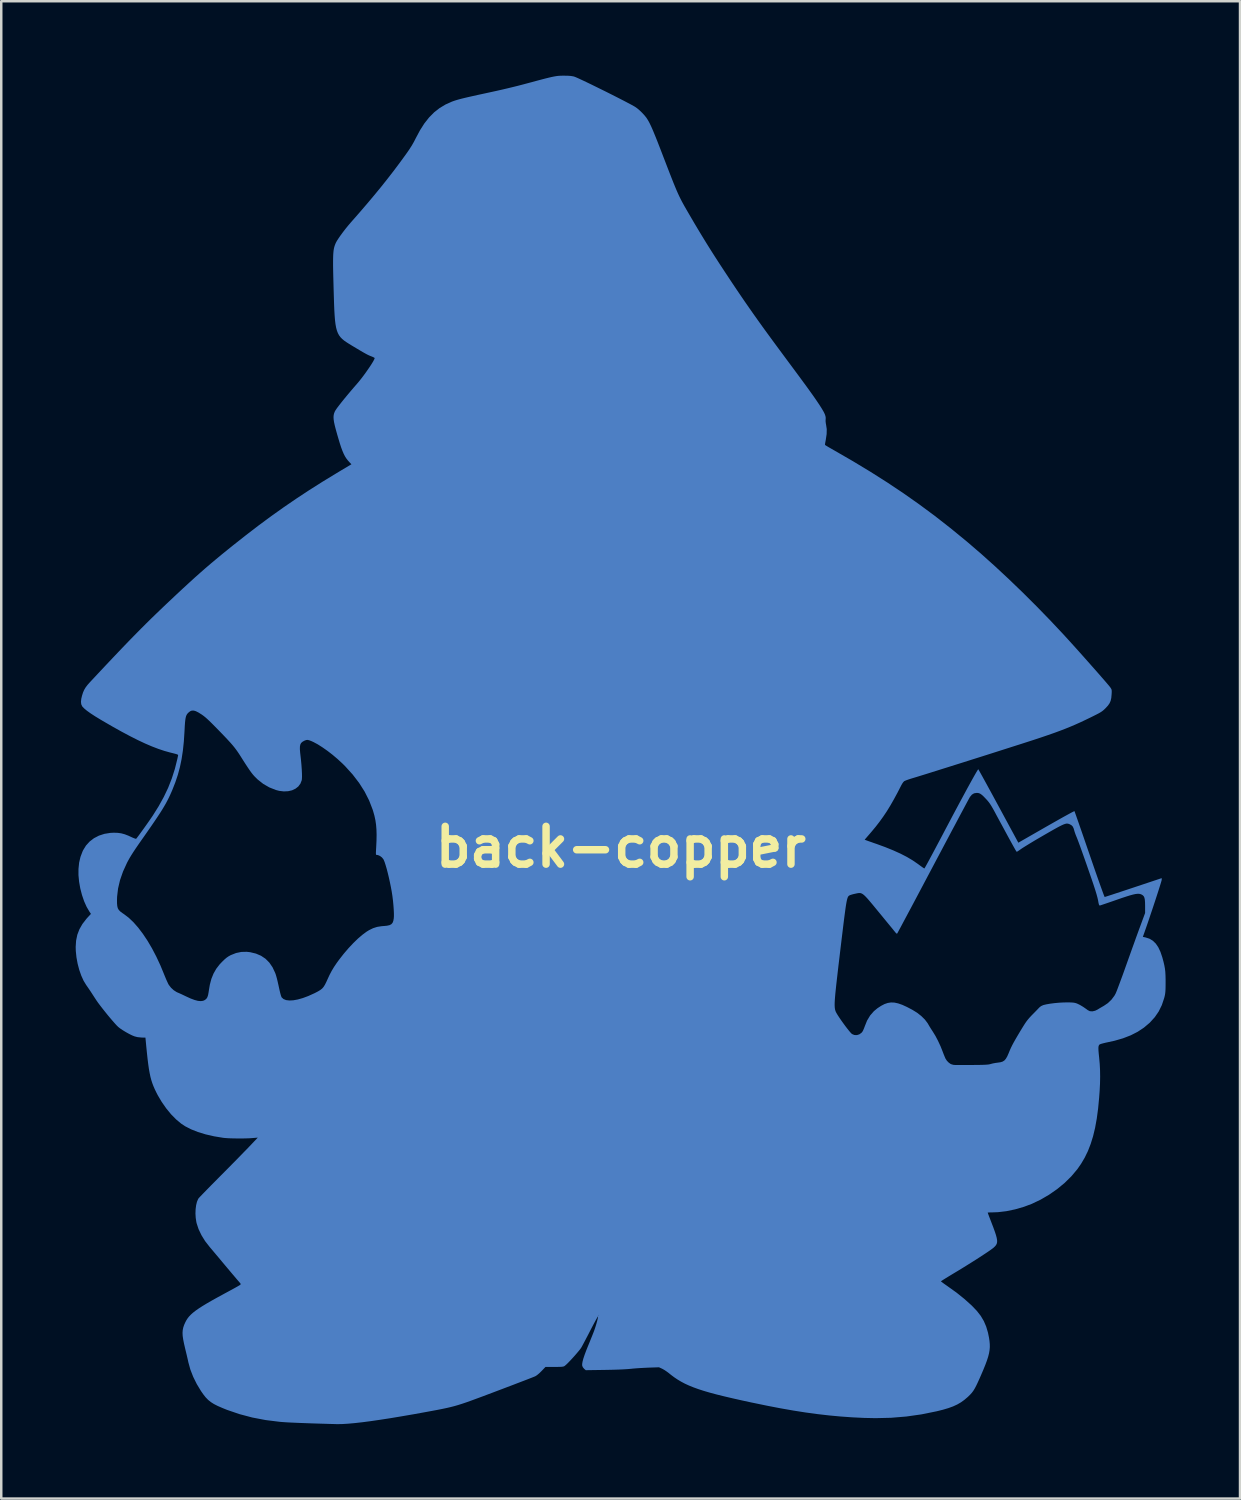
<source format=kicad_pcb>
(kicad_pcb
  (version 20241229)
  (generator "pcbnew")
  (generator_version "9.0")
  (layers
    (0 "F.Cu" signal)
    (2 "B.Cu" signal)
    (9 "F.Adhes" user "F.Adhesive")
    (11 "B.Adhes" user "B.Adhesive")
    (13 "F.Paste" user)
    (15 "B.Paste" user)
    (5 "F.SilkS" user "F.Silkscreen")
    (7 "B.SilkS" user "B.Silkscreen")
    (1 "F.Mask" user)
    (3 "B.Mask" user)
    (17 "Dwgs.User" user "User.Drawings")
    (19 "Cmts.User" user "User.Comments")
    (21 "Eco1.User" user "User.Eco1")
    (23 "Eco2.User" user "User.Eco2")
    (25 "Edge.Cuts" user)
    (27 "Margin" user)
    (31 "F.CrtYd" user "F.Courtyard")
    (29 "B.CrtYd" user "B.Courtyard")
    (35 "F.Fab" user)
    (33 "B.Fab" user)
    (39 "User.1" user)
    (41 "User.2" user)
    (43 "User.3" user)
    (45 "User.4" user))
  (footprint "back-copper"
    (layer "F.Cu")
    (at 21.968 31.086)
    (property "Reference" "back-copper" (at 0 0 0) (layer "F.SilkS") (effects (font (size 1.524 1.524) (thickness 0.3))))
    (attr board_only exclude_from_pos_files exclude_from_bom)
    (fp_poly (pts (xy -2.14 -31.084) (xy -2.015 -31.075) (xy -1.913 -31.058) (xy -1.885 -31.051) (xy -1.838 -31.034) (xy -1.757 -31) (xy -1.648 -30.95) (xy -1.513 -30.887) (xy -1.357 -30.813) (xy -1.185 -30.73) (xy -1 -30.639) (xy -0.807 -30.544) (xy -0.61 -30.447) (xy -0.413 -30.348) (xy -0.221 -30.251) (xy -0.037 -30.157) (xy 0.134 -30.069) (xy 0.288 -29.988) (xy 0.421 -29.918) (xy 0.528 -29.858) (xy 0.571 -29.834) (xy 0.657 -29.774) (xy 0.757 -29.689) (xy 0.86 -29.59) (xy 0.955 -29.487) (xy 1.033 -29.39) (xy 1.043 -29.374) (xy 1.083 -29.312) (xy 1.124 -29.242) (xy 1.167 -29.16) (xy 1.214 -29.062) (xy 1.267 -28.945) (xy 1.326 -28.806) (xy 1.393 -28.642) (xy 1.471 -28.448) (xy 1.559 -28.222) (xy 1.66 -27.961) (xy 1.683 -27.9) (xy 1.797 -27.605) (xy 1.897 -27.345) (xy 1.985 -27.118) (xy 2.063 -26.92) (xy 2.132 -26.746) (xy 2.195 -26.593) (xy 2.252 -26.457) (xy 2.306 -26.335) (xy 2.358 -26.223) (xy 2.41 -26.118) (xy 2.463 -26.014) (xy 2.52 -25.91) (xy 2.581 -25.8) (xy 2.649 -25.682) (xy 2.725 -25.552) (xy 2.766 -25.481) (xy 2.949 -25.168) (xy 3.122 -24.877) (xy 3.289 -24.601) (xy 3.454 -24.332) (xy 3.621 -24.065) (xy 3.794 -23.793) (xy 3.977 -23.51) (xy 4.175 -23.208) (xy 4.391 -22.881) (xy 4.498 -22.72) (xy 4.669 -22.465) (xy 4.835 -22.22) (xy 4.999 -21.98) (xy 5.165 -21.741) (xy 5.334 -21.499) (xy 5.51 -21.251) (xy 5.696 -20.991) (xy 5.895 -20.717) (xy 6.109 -20.424) (xy 6.342 -20.108) (xy 6.596 -19.765) (xy 6.767 -19.534) (xy 6.958 -19.277) (xy 7.125 -19.051) (xy 7.271 -18.853) (xy 7.399 -18.679) (xy 7.511 -18.526) (xy 7.608 -18.391) (xy 7.694 -18.271) (xy 7.771 -18.163) (xy 7.841 -18.062) (xy 7.906 -17.967) (xy 7.968 -17.874) (xy 8.009 -17.813) (xy 8.102 -17.666) (xy 8.172 -17.547) (xy 8.22 -17.449) (xy 8.248 -17.367) (xy 8.259 -17.295) (xy 8.255 -17.228) (xy 8.255 -17.228) (xy 8.253 -17.163) (xy 8.262 -17.079) (xy 8.273 -17.022) (xy 8.3 -16.842) (xy 8.296 -16.645) (xy 8.263 -16.424) (xy 8.263 -16.42) (xy 8.246 -16.332) (xy 8.234 -16.261) (xy 8.23 -16.215) (xy 8.231 -16.205) (xy 8.252 -16.19) (xy 8.303 -16.158) (xy 8.381 -16.112) (xy 8.478 -16.056) (xy 8.589 -15.992) (xy 8.606 -15.983) (xy 9.352 -15.552) (xy 10.062 -15.123) (xy 10.741 -14.692) (xy 11.397 -14.254) (xy 12.034 -13.805) (xy 12.659 -13.342) (xy 13.277 -12.859) (xy 13.895 -12.354) (xy 14.013 -12.255) (xy 14.543 -11.798) (xy 15.087 -11.31) (xy 15.639 -10.796) (xy 16.195 -10.261) (xy 16.748 -9.71) (xy 17.292 -9.15) (xy 17.823 -8.586) (xy 18.181 -8.193) (xy 18.342 -8.015) (xy 18.505 -7.833) (xy 18.669 -7.649) (xy 18.83 -7.467) (xy 18.986 -7.291) (xy 19.135 -7.123) (xy 19.273 -6.966) (xy 19.397 -6.823) (xy 19.506 -6.698) (xy 19.596 -6.593) (xy 19.664 -6.513) (xy 19.708 -6.459) (xy 19.72 -6.444) (xy 19.753 -6.395) (xy 19.774 -6.356) (xy 19.783 -6.315) (xy 19.785 -6.258) (xy 19.781 -6.173) (xy 19.78 -6.154) (xy 19.767 -6.009) (xy 19.741 -5.893) (xy 19.698 -5.795) (xy 19.633 -5.701) (xy 19.539 -5.599) (xy 19.539 -5.599) (xy 19.488 -5.549) (xy 19.441 -5.507) (xy 19.393 -5.47) (xy 19.336 -5.432) (xy 19.265 -5.391) (xy 19.173 -5.343) (xy 19.054 -5.283) (xy 18.935 -5.224) (xy 18.721 -5.121) (xy 18.518 -5.025) (xy 18.319 -4.936) (xy 18.12 -4.851) (xy 17.916 -4.768) (xy 17.702 -4.686) (xy 17.471 -4.601) (xy 17.22 -4.513) (xy 16.944 -4.419) (xy 16.636 -4.317) (xy 16.333 -4.219) (xy 16.1 -4.144) (xy 15.848 -4.064) (xy 15.579 -3.978) (xy 15.297 -3.888) (xy 15.006 -3.795) (xy 14.708 -3.7) (xy 14.407 -3.605) (xy 14.107 -3.51) (xy 13.81 -3.416) (xy 13.521 -3.325) (xy 13.242 -3.237) (xy 12.977 -3.154) (xy 12.73 -3.076) (xy 12.503 -3.005) (xy 12.299 -2.941) (xy 12.124 -2.887) (xy 11.979 -2.842) (xy 11.868 -2.808) (xy 11.801 -2.788) (xy 11.685 -2.753) (xy 11.58 -2.718) (xy 11.495 -2.687) (xy 11.437 -2.662) (xy 11.42 -2.653) (xy 11.381 -2.612) (xy 11.337 -2.548) (xy 11.309 -2.498) (xy 11.15 -2.189) (xy 11.001 -1.914) (xy 10.859 -1.666) (xy 10.719 -1.438) (xy 10.576 -1.225) (xy 10.428 -1.02) (xy 10.27 -0.816) (xy 10.097 -0.608) (xy 10.043 -0.545) (xy 9.828 -0.296) (xy 9.887 -0.273) (xy 9.926 -0.259) (xy 9.997 -0.233) (xy 10.093 -0.2) (xy 10.204 -0.16) (xy 10.296 -0.129) (xy 10.657 0.003) (xy 10.98 0.134) (xy 11.27 0.265) (xy 11.53 0.399) (xy 11.764 0.538) (xy 11.978 0.685) (xy 12.018 0.715) (xy 12.099 0.774) (xy 12.166 0.822) (xy 12.213 0.853) (xy 12.235 0.864) (xy 12.235 0.864) (xy 12.252 0.838) (xy 12.287 0.777) (xy 12.34 0.681) (xy 12.41 0.553) (xy 12.496 0.393) (xy 12.597 0.205) (xy 12.712 -0.012) (xy 12.841 -0.254) (xy 12.982 -0.521) (xy 13.081 -0.71) (xy 13.248 -1.025) (xy 13.407 -1.326) (xy 13.559 -1.61) (xy 13.702 -1.877) (xy 13.835 -2.123) (xy 13.956 -2.348) (xy 14.066 -2.548) (xy 14.162 -2.722) (xy 14.244 -2.868) (xy 14.311 -2.985) (xy 14.361 -3.069) (xy 14.393 -3.12) (xy 14.407 -3.135) (xy 14.419 -3.117) (xy 14.449 -3.064) (xy 14.496 -2.98) (xy 14.559 -2.867) (xy 14.636 -2.727) (xy 14.725 -2.565) (xy 14.825 -2.382) (xy 14.935 -2.181) (xy 15.052 -1.965) (xy 15.175 -1.738) (xy 15.22 -1.655) (xy 16.021 -0.175) (xy 17.144 -0.819) (xy 17.344 -0.933) (xy 17.533 -1.04) (xy 17.708 -1.139) (xy 17.865 -1.227) (xy 18.002 -1.302) (xy 18.116 -1.364) (xy 18.202 -1.41) (xy 18.259 -1.438) (xy 18.282 -1.447) (xy 18.283 -1.447) (xy 18.292 -1.425) (xy 18.313 -1.365) (xy 18.346 -1.272) (xy 18.39 -1.147) (xy 18.444 -0.994) (xy 18.506 -0.815) (xy 18.576 -0.614) (xy 18.652 -0.394) (xy 18.734 -0.156) (xy 18.82 0.095) (xy 18.888 0.291) (xy 18.977 0.55) (xy 19.062 0.797) (xy 19.143 1.03) (xy 19.218 1.244) (xy 19.287 1.439) (xy 19.348 1.61) (xy 19.4 1.754) (xy 19.442 1.87) (xy 19.474 1.953) (xy 19.494 2.001) (xy 19.5 2.013) (xy 19.524 2.006) (xy 19.584 1.987) (xy 19.677 1.957) (xy 19.799 1.918) (xy 19.946 1.869) (xy 20.116 1.813) (xy 20.304 1.751) (xy 20.506 1.684) (xy 20.66 1.633) (xy 21.799 1.253) (xy 21.799 1.323) (xy 21.792 1.353) (xy 21.773 1.42) (xy 21.743 1.518) (xy 21.704 1.643) (xy 21.657 1.791) (xy 21.603 1.957) (xy 21.544 2.138) (xy 21.481 2.329) (xy 21.416 2.525) (xy 21.349 2.722) (xy 21.284 2.917) (xy 21.22 3.104) (xy 21.159 3.28) (xy 21.103 3.44) (xy 21.082 3.499) (xy 21.039 3.62) (xy 21.147 3.643) (xy 21.303 3.693) (xy 21.439 3.774) (xy 21.558 3.888) (xy 21.66 4.037) (xy 21.748 4.223) (xy 21.824 4.447) (xy 21.827 4.459) (xy 21.872 4.625) (xy 21.905 4.768) (xy 21.929 4.898) (xy 21.944 5.029) (xy 21.952 5.172) (xy 21.956 5.338) (xy 21.956 5.455) (xy 21.955 5.604) (xy 21.953 5.72) (xy 21.948 5.811) (xy 21.941 5.885) (xy 21.931 5.952) (xy 21.916 6.021) (xy 21.898 6.09) (xy 21.804 6.37) (xy 21.68 6.623) (xy 21.521 6.855) (xy 21.325 7.071) (xy 21.306 7.089) (xy 21.08 7.28) (xy 20.83 7.445) (xy 20.552 7.587) (xy 20.243 7.707) (xy 19.901 7.806) (xy 19.66 7.859) (xy 19.544 7.884) (xy 19.441 7.909) (xy 19.36 7.931) (xy 19.309 7.95) (xy 19.296 7.957) (xy 19.274 7.982) (xy 19.259 8.013) (xy 19.25 8.057) (xy 19.248 8.12) (xy 19.251 8.206) (xy 19.261 8.323) (xy 19.277 8.476) (xy 19.278 8.484) (xy 19.301 8.739) (xy 19.314 8.991) (xy 19.318 9.25) (xy 19.313 9.526) (xy 19.298 9.826) (xy 19.278 10.097) (xy 19.236 10.539) (xy 19.182 10.943) (xy 19.115 11.313) (xy 19.034 11.652) (xy 18.937 11.964) (xy 18.825 12.252) (xy 18.695 12.52) (xy 18.547 12.77) (xy 18.398 12.984) (xy 18.16 13.267) (xy 17.887 13.536) (xy 17.585 13.785) (xy 17.259 14.012) (xy 16.916 14.212) (xy 16.561 14.381) (xy 16.248 14.498) (xy 15.889 14.602) (xy 15.538 14.675) (xy 15.202 14.715) (xy 14.983 14.723) (xy 14.898 14.724) (xy 14.831 14.727) (xy 14.793 14.73) (xy 14.787 14.733) (xy 14.794 14.755) (xy 14.814 14.81) (xy 14.845 14.892) (xy 14.884 14.994) (xy 14.93 15.112) (xy 14.932 15.119) (xy 15.011 15.324) (xy 15.073 15.495) (xy 15.119 15.635) (xy 15.149 15.749) (xy 15.165 15.842) (xy 15.166 15.919) (xy 15.152 15.982) (xy 15.125 16.037) (xy 15.084 16.088) (xy 15.03 16.14) (xy 15.026 16.144) (xy 14.971 16.187) (xy 14.884 16.25) (xy 14.769 16.329) (xy 14.63 16.421) (xy 14.473 16.524) (xy 14.301 16.635) (xy 14.118 16.75) (xy 13.929 16.868) (xy 13.739 16.986) (xy 13.551 17.1) (xy 13.487 17.138) (xy 13.346 17.223) (xy 13.216 17.302) (xy 13.103 17.371) (xy 13.012 17.428) (xy 12.945 17.471) (xy 12.908 17.496) (xy 12.902 17.501) (xy 12.918 17.517) (xy 12.964 17.552) (xy 13.033 17.603) (xy 13.12 17.664) (xy 13.188 17.712) (xy 13.534 17.96) (xy 13.845 18.21) (xy 14.129 18.465) (xy 14.158 18.493) (xy 14.35 18.694) (xy 14.506 18.894) (xy 14.629 19.101) (xy 14.725 19.324) (xy 14.798 19.571) (xy 14.839 19.773) (xy 14.859 19.905) (xy 14.87 20.029) (xy 14.872 20.149) (xy 14.862 20.271) (xy 14.841 20.398) (xy 14.806 20.536) (xy 14.757 20.69) (xy 14.692 20.865) (xy 14.611 21.065) (xy 14.512 21.296) (xy 14.458 21.419) (xy 14.382 21.586) (xy 14.318 21.72) (xy 14.26 21.828) (xy 14.204 21.918) (xy 14.145 21.996) (xy 14.079 22.069) (xy 14.002 22.145) (xy 13.985 22.161) (xy 13.849 22.277) (xy 13.709 22.378) (xy 13.559 22.465) (xy 13.392 22.542) (xy 13.202 22.611) (xy 12.983 22.676) (xy 12.731 22.739) (xy 12.12 22.863) (xy 11.51 22.95) (xy 10.893 23.001) (xy 10.263 23.016) (xy 9.801 23.006) (xy 9.329 22.983) (xy 8.864 22.95) (xy 8.4 22.907) (xy 7.931 22.853) (xy 7.451 22.788) (xy 6.955 22.71) (xy 6.437 22.619) (xy 5.892 22.514) (xy 5.313 22.394) (xy 5.285 22.389) (xy 4.875 22.3) (xy 4.503 22.216) (xy 4.167 22.137) (xy 3.864 22.062) (xy 3.591 21.989) (xy 3.346 21.917) (xy 3.126 21.846) (xy 2.927 21.774) (xy 2.747 21.701) (xy 2.582 21.625) (xy 2.431 21.545) (xy 2.29 21.461) (xy 2.156 21.371) (xy 2.026 21.274) (xy 1.938 21.203) (xy 1.853 21.139) (xy 1.761 21.077) (xy 1.68 21.031) (xy 1.664 21.023) (xy 1.539 20.966) (xy 1.124 20.98) (xy 0.968 20.987) (xy 0.8 20.996) (xy 0.635 21.007) (xy 0.487 21.019) (xy 0.403 21.028) (xy 0.276 21.039) (xy 0.113 21.049) (xy -0.083 21.058) (xy -0.305 21.065) (xy -0.549 21.07) (xy -0.658 21.072) (xy -1.411 21.083) (xy -1.476 21.028) (xy -1.528 20.966) (xy -1.555 20.903) (xy -1.557 20.835) (xy -1.542 20.741) (xy -1.51 20.619) (xy -1.459 20.466) (xy -1.39 20.28) (xy -1.312 20.087) (xy -1.256 19.951) (xy -1.202 19.816) (xy -1.152 19.693) (xy -1.111 19.589) (xy -1.082 19.514) (xy -1.079 19.507) (xy -1.046 19.412) (xy -1.012 19.307) (xy -0.98 19.199) (xy -0.952 19.097) (xy -0.931 19.01) (xy -0.918 18.946) (xy -0.916 18.914) (xy -0.916 18.913) (xy -0.927 18.926) (xy -0.955 18.971) (xy -0.997 19.046) (xy -1.051 19.145) (xy -1.115 19.265) (xy -1.186 19.401) (xy -1.217 19.46) (xy -1.294 19.611) (xy -1.37 19.756) (xy -1.44 19.89) (xy -1.501 20.005) (xy -1.55 20.097) (xy -1.584 20.159) (xy -1.589 20.167) (xy -1.628 20.225) (xy -1.691 20.304) (xy -1.77 20.398) (xy -1.859 20.501) (xy -1.954 20.606) (xy -2.047 20.706) (xy -2.133 20.795) (xy -2.206 20.865) (xy -2.259 20.909) (xy -2.265 20.914) (xy -2.291 20.928) (xy -2.327 20.938) (xy -2.378 20.945) (xy -2.452 20.949) (xy -2.556 20.951) (xy -2.677 20.951) (xy -3.034 20.951) (xy -3.196 21.12) (xy -3.292 21.213) (xy -3.379 21.285) (xy -3.449 21.329) (xy -3.453 21.33) (xy -3.499 21.349) (xy -3.581 21.382) (xy -3.694 21.426) (xy -3.833 21.48) (xy -3.995 21.542) (xy -4.176 21.611) (xy -4.37 21.686) (xy -4.574 21.763) (xy -4.784 21.843) (xy -4.994 21.922) (xy -5.202 22.001) (xy -5.402 22.076) (xy -5.59 22.147) (xy -5.593 22.148) (xy -5.837 22.238) (xy -6.049 22.316) (xy -6.234 22.382) (xy -6.401 22.438) (xy -6.556 22.487) (xy -6.705 22.53) (xy -6.856 22.569) (xy -7.015 22.606) (xy -7.19 22.643) (xy -7.386 22.682) (xy -7.612 22.724) (xy -7.806 22.76) (xy -8.341 22.857) (xy -8.835 22.942) (xy -9.289 23.018) (xy -9.705 23.082) (xy -10.081 23.137) (xy -10.42 23.181) (xy -10.722 23.215) (xy -10.987 23.239) (xy -11.217 23.253) (xy -11.411 23.257) (xy -11.471 23.256) (xy -11.566 23.253) (xy -11.681 23.25) (xy -11.793 23.247) (xy -11.81 23.246) (xy -12.16 23.236) (xy -12.469 23.226) (xy -12.742 23.216) (xy -12.98 23.207) (xy -13.187 23.198) (xy -13.365 23.19) (xy -13.516 23.181) (xy -13.644 23.172) (xy -13.749 23.163) (xy -14.312 23.093) (xy -14.851 22.99) (xy -15.369 22.853) (xy -15.869 22.682) (xy -16.061 22.604) (xy -16.245 22.524) (xy -16.396 22.447) (xy -16.522 22.367) (xy -16.631 22.279) (xy -16.731 22.176) (xy -16.829 22.051) (xy -16.918 21.923) (xy -17.088 21.642) (xy -17.232 21.351) (xy -17.346 21.058) (xy -17.425 20.773) (xy -17.435 20.729) (xy -17.448 20.666) (xy -17.47 20.572) (xy -17.497 20.456) (xy -17.528 20.328) (xy -17.554 20.221) (xy -17.601 20.017) (xy -17.635 19.847) (xy -17.656 19.702) (xy -17.662 19.578) (xy -17.654 19.468) (xy -17.633 19.364) (xy -17.598 19.26) (xy -17.554 19.161) (xy -17.511 19.078) (xy -17.461 18.999) (xy -17.401 18.922) (xy -17.346 18.865) (xy -0.911 18.865) (xy -0.9 18.875) (xy -0.89 18.865) (xy -0.9 18.854) (xy -0.911 18.865) (xy -17.346 18.865) (xy -17.329 18.846) (xy -17.241 18.767) (xy -17.135 18.684) (xy -17.009 18.596) (xy -16.859 18.499) (xy -16.684 18.393) (xy -16.479 18.275) (xy -16.244 18.144) (xy -15.974 17.997) (xy -15.835 17.922) (xy -15.708 17.853) (xy -15.59 17.789) (xy -15.49 17.733) (xy -15.411 17.688) (xy -15.36 17.658) (xy -15.346 17.648) (xy -15.323 17.629) (xy -15.318 17.61) (xy -15.332 17.583) (xy -15.37 17.538) (xy -15.396 17.508) (xy -15.432 17.467) (xy -15.491 17.398) (xy -15.57 17.305) (xy -15.664 17.194) (xy -15.769 17.069) (xy -15.882 16.935) (xy -15.969 16.831) (xy -16.087 16.69) (xy -16.201 16.553) (xy -16.309 16.425) (xy -16.405 16.311) (xy -16.485 16.215) (xy -16.546 16.144) (xy -16.573 16.111) (xy -16.753 15.88) (xy -16.901 15.64) (xy -17.016 15.398) (xy -17.094 15.161) (xy -17.106 15.107) (xy -17.131 14.941) (xy -17.141 14.769) (xy -17.135 14.599) (xy -17.115 14.44) (xy -17.082 14.301) (xy -17.036 14.191) (xy -17.016 14.158) (xy -16.993 14.132) (xy -16.943 14.079) (xy -16.869 14.002) (xy -16.774 13.904) (xy -16.66 13.787) (xy -16.531 13.655) (xy -16.388 13.511) (xy -16.236 13.357) (xy -16.129 13.249) (xy -15.96 13.079) (xy -15.789 12.907) (xy -15.622 12.737) (xy -15.462 12.575) (xy -15.314 12.423) (xy -15.182 12.287) (xy -15.069 12.172) (xy -14.981 12.08) (xy -14.957 12.055) (xy -14.629 11.71) (xy -14.84 11.728) (xy -14.971 11.737) (xy -15.127 11.742) (xy -15.298 11.745) (xy -15.475 11.744) (xy -15.646 11.741) (xy -15.804 11.736) (xy -15.937 11.727) (xy -16.026 11.718) (xy -16.393 11.657) (xy -16.732 11.579) (xy -17.041 11.485) (xy -17.316 11.376) (xy -17.556 11.253) (xy -17.715 11.148) (xy -17.92 10.977) (xy -18.123 10.771) (xy -18.317 10.535) (xy -18.498 10.276) (xy -18.661 10.001) (xy -18.722 9.882) (xy -18.782 9.758) (xy -18.834 9.638) (xy -18.88 9.517) (xy -18.92 9.392) (xy -18.956 9.258) (xy -18.987 9.109) (xy -19.017 8.943) (xy -19.044 8.753) (xy -19.071 8.535) (xy -19.098 8.285) (xy -19.127 7.998) (xy -19.132 7.944) (xy -19.157 7.679) (xy -19.307 7.678) (xy -19.479 7.66) (xy -19.598 7.629) (xy -19.695 7.59) (xy -19.814 7.531) (xy -19.942 7.46) (xy -20.067 7.384) (xy -20.177 7.31) (xy -20.251 7.252) (xy -20.305 7.2) (xy -20.379 7.12) (xy -20.469 7.018) (xy -20.57 6.9) (xy -20.677 6.772) (xy -20.784 6.639) (xy -20.888 6.508) (xy -20.983 6.385) (xy -21.008 6.352) (xy 8.618 6.352) (xy 8.62 6.421) (xy 8.624 6.478) (xy 8.631 6.526) (xy 8.64 6.568) (xy 8.652 6.605) (xy 8.661 6.631) (xy 8.69 6.688) (xy 8.739 6.77) (xy 8.804 6.869) (xy 8.88 6.981) (xy 8.963 7.097) (xy 9.047 7.212) (xy 9.129 7.319) (xy 9.203 7.412) (xy 9.265 7.484) (xy 9.31 7.529) (xy 9.319 7.536) (xy 9.413 7.575) (xy 9.515 7.579) (xy 9.614 7.548) (xy 9.7 7.486) (xy 9.738 7.44) (xy 9.769 7.383) (xy 9.803 7.303) (xy 9.831 7.228) (xy 9.926 6.992) (xy 10.049 6.788) (xy 10.2 6.615) (xy 10.345 6.495) (xy 10.492 6.399) (xy 10.628 6.328) (xy 10.76 6.283) (xy 10.893 6.263) (xy 11.031 6.269) (xy 11.181 6.302) (xy 11.347 6.36) (xy 11.534 6.446) (xy 11.749 6.559) (xy 11.751 6.56) (xy 11.94 6.677) (xy 12.11 6.81) (xy 12.254 6.952) (xy 12.364 7.097) (xy 12.388 7.138) (xy 12.437 7.222) (xy 12.499 7.323) (xy 12.563 7.421) (xy 12.579 7.446) (xy 12.682 7.614) (xy 12.785 7.811) (xy 12.885 8.026) (xy 12.973 8.247) (xy 12.973 8.248) (xy 13.01 8.345) (xy 13.047 8.436) (xy 13.078 8.508) (xy 13.091 8.536) (xy 13.143 8.613) (xy 13.212 8.684) (xy 13.286 8.738) (xy 13.341 8.761) (xy 13.391 8.773) (xy 13.42 8.781) (xy 13.446 8.782) (xy 13.509 8.783) (xy 13.603 8.784) (xy 13.725 8.784) (xy 13.868 8.784) (xy 14.027 8.784) (xy 14.119 8.783) (xy 14.313 8.782) (xy 14.47 8.78) (xy 14.594 8.777) (xy 14.691 8.773) (xy 14.766 8.768) (xy 14.824 8.762) (xy 14.87 8.753) (xy 14.909 8.743) (xy 14.914 8.741) (xy 14.997 8.72) (xy 15.099 8.701) (xy 15.189 8.689) (xy 15.3 8.673) (xy 15.388 8.646) (xy 15.459 8.601) (xy 15.519 8.532) (xy 15.575 8.435) (xy 15.633 8.303) (xy 15.645 8.272) (xy 15.683 8.18) (xy 15.724 8.089) (xy 15.771 7.993) (xy 15.827 7.887) (xy 15.897 7.763) (xy 15.981 7.618) (xy 16.084 7.445) (xy 16.128 7.372) (xy 16.213 7.234) (xy 16.282 7.124) (xy 16.343 7.035) (xy 16.401 6.959) (xy 16.462 6.887) (xy 16.532 6.811) (xy 16.587 6.754) (xy 16.671 6.669) (xy 16.749 6.589) (xy 16.814 6.522) (xy 16.859 6.474) (xy 16.869 6.464) (xy 16.937 6.41) (xy 17.025 6.37) (xy 17.034 6.367) (xy 17.152 6.339) (xy 17.301 6.313) (xy 17.471 6.291) (xy 17.649 6.274) (xy 17.826 6.264) (xy 17.975 6.261) (xy 18.1 6.262) (xy 18.192 6.266) (xy 18.262 6.273) (xy 18.319 6.285) (xy 18.373 6.302) (xy 18.393 6.31) (xy 18.505 6.364) (xy 18.634 6.441) (xy 18.769 6.535) (xy 18.819 6.573) (xy 18.904 6.615) (xy 19.007 6.622) (xy 19.118 6.596) (xy 19.216 6.548) (xy 19.297 6.498) (xy 19.393 6.442) (xy 19.468 6.399) (xy 19.63 6.289) (xy 19.775 6.15) (xy 19.894 5.991) (xy 19.939 5.91) (xy 19.962 5.858) (xy 19.997 5.771) (xy 20.042 5.653) (xy 20.096 5.509) (xy 20.157 5.344) (xy 20.224 5.163) (xy 20.294 4.969) (xy 20.365 4.768) (xy 20.366 4.766) (xy 20.444 4.547) (xy 20.526 4.318) (xy 20.608 4.088) (xy 20.689 3.865) (xy 20.764 3.654) (xy 20.833 3.465) (xy 20.892 3.303) (xy 20.923 3.22) (xy 21.13 2.659) (xy 21.13 2.373) (xy 21.127 2.23) (xy 21.119 2.122) (xy 21.103 2.044) (xy 21.077 1.987) (xy 21.039 1.946) (xy 20.989 1.915) (xy 20.942 1.896) (xy 20.889 1.885) (xy 20.824 1.884) (xy 20.745 1.893) (xy 20.647 1.914) (xy 20.525 1.947) (xy 20.377 1.993) (xy 20.197 2.052) (xy 19.987 2.125) (xy 19.83 2.18) (xy 19.685 2.23) (xy 19.556 2.274) (xy 19.449 2.31) (xy 19.369 2.337) (xy 19.322 2.352) (xy 19.312 2.355) (xy 19.293 2.354) (xy 19.278 2.337) (xy 19.264 2.299) (xy 19.249 2.232) (xy 19.235 2.15) (xy 19.211 2.044) (xy 19.172 1.9) (xy 19.117 1.719) (xy 19.046 1.502) (xy 18.975 1.292) (xy 18.865 0.975) (xy 18.764 0.684) (xy 18.672 0.423) (xy 18.59 0.192) (xy 18.519 -0.007) (xy 18.458 -0.172) (xy 18.41 -0.3) (xy 18.374 -0.392) (xy 18.358 -0.429) (xy 18.324 -0.514) (xy 18.293 -0.603) (xy 18.279 -0.651) (xy 18.248 -0.756) (xy 18.212 -0.829) (xy 18.162 -0.879) (xy 18.101 -0.914) (xy 18.064 -0.929) (xy 18.03 -0.94) (xy 17.995 -0.945) (xy 17.955 -0.944) (xy 17.908 -0.933) (xy 17.85 -0.913) (xy 17.779 -0.882) (xy 17.69 -0.838) (xy 17.582 -0.781) (xy 17.45 -0.707) (xy 17.292 -0.617) (xy 17.104 -0.509) (xy 16.884 -0.381) (xy 16.82 -0.344) (xy 16.672 -0.257) (xy 16.529 -0.171) (xy 16.398 -0.091) (xy 16.283 -0.02) (xy 16.191 0.038) (xy 16.129 0.08) (xy 16.119 0.087) (xy 16.051 0.135) (xy 15.996 0.171) (xy 15.962 0.19) (xy 15.958 0.191) (xy 15.951 0.186) (xy 15.94 0.172) (xy 15.922 0.144) (xy 15.897 0.103) (xy 15.864 0.044) (xy 15.82 -0.034) (xy 15.765 -0.133) (xy 15.698 -0.255) (xy 15.617 -0.403) (xy 15.522 -0.578) (xy 15.411 -0.784) (xy 15.282 -1.021) (xy 15.135 -1.293) (xy 15.075 -1.406) (xy 14.999 -1.544) (xy 14.936 -1.652) (xy 14.88 -1.74) (xy 14.825 -1.815) (xy 14.766 -1.886) (xy 14.714 -1.942) (xy 14.622 -2.038) (xy 14.549 -2.104) (xy 14.487 -2.148) (xy 14.43 -2.172) (xy 14.371 -2.181) (xy 14.341 -2.182) (xy 14.237 -2.165) (xy 14.148 -2.111) (xy 14.071 -2.018) (xy 14.068 -2.013) (xy 14.051 -1.983) (xy 14.015 -1.918) (xy 13.962 -1.82) (xy 13.893 -1.691) (xy 13.809 -1.533) (xy 13.71 -1.349) (xy 13.599 -1.141) (xy 13.477 -0.91) (xy 13.343 -0.66) (xy 13.201 -0.392) (xy 13.05 -0.108) (xy 12.893 0.189) (xy 12.729 0.497) (xy 12.583 0.773) (xy 12.416 1.088) (xy 12.255 1.392) (xy 12.1 1.685) (xy 11.953 1.962) (xy 11.814 2.224) (xy 11.685 2.467) (xy 11.566 2.689) (xy 11.46 2.888) (xy 11.367 3.062) (xy 11.289 3.209) (xy 11.225 3.327) (xy 11.178 3.414) (xy 11.149 3.467) (xy 11.139 3.485) (xy 11.112 3.488) (xy 11.084 3.461) (xy 11.063 3.435) (xy 11.018 3.381) (xy 10.953 3.3) (xy 10.869 3.198) (xy 10.769 3.076) (xy 10.657 2.94) (xy 10.536 2.792) (xy 10.434 2.668) (xy 10.28 2.481) (xy 10.15 2.323) (xy 10.041 2.193) (xy 9.951 2.088) (xy 9.875 2.006) (xy 9.812 1.945) (xy 9.758 1.901) (xy 9.71 1.873) (xy 9.665 1.857) (xy 9.621 1.853) (xy 9.573 1.856) (xy 9.52 1.865) (xy 9.465 1.877) (xy 9.375 1.897) (xy 9.295 1.919) (xy 9.239 1.938) (xy 9.23 1.942) (xy 9.21 1.953) (xy 9.191 1.965) (xy 9.175 1.981) (xy 9.159 2.003) (xy 9.144 2.035) (xy 9.13 2.077) (xy 9.115 2.134) (xy 9.099 2.207) (xy 9.083 2.298) (xy 9.065 2.411) (xy 9.046 2.548) (xy 9.024 2.711) (xy 8.999 2.903) (xy 8.971 3.127) (xy 8.94 3.384) (xy 8.904 3.678) (xy 8.864 4.01) (xy 8.852 4.11) (xy 8.809 4.473) (xy 8.77 4.797) (xy 8.737 5.083) (xy 8.708 5.336) (xy 8.683 5.556) (xy 8.663 5.747) (xy 8.646 5.911) (xy 8.634 6.052) (xy 8.625 6.17) (xy 8.62 6.269) (xy 8.618 6.352) (xy -21.008 6.352) (xy -21.065 6.276) (xy -21.128 6.186) (xy -21.137 6.172) (xy -21.202 6.073) (xy -21.267 5.973) (xy -21.324 5.885) (xy -21.359 5.831) (xy -21.412 5.752) (xy -21.476 5.658) (xy -21.539 5.568) (xy -21.544 5.561) (xy -21.65 5.387) (xy -21.744 5.179) (xy -21.825 4.947) (xy -21.89 4.699) (xy -21.937 4.443) (xy -21.963 4.188) (xy -21.968 4.025) (xy -21.951 3.77) (xy -21.902 3.534) (xy -21.817 3.312) (xy -21.695 3.099) (xy -21.533 2.89) (xy -21.484 2.835) (xy -21.353 2.694) (xy -21.408 2.613) (xy -21.525 2.415) (xy -21.628 2.185) (xy -21.647 2.129) (xy -20.303 2.129) (xy -20.302 2.271) (xy -20.292 2.379) (xy -20.271 2.464) (xy -20.232 2.533) (xy -20.173 2.595) (xy -20.087 2.66) (xy -20.02 2.705) (xy -19.832 2.848) (xy -19.641 3.029) (xy -19.449 3.247) (xy -19.259 3.498) (xy -19.072 3.778) (xy -18.891 4.086) (xy -18.718 4.417) (xy -18.554 4.769) (xy -18.418 5.098) (xy -18.368 5.221) (xy -18.319 5.338) (xy -18.273 5.44) (xy -18.236 5.518) (xy -18.214 5.556) (xy -18.126 5.67) (xy -18.018 5.769) (xy -17.903 5.843) (xy -17.864 5.861) (xy -17.805 5.886) (xy -17.72 5.924) (xy -17.621 5.971) (xy -17.531 6.014) (xy -17.34 6.102) (xy -17.177 6.163) (xy -17.041 6.199) (xy -16.926 6.209) (xy -16.831 6.196) (xy -16.763 6.165) (xy -16.705 6.119) (xy -16.662 6.054) (xy -16.632 5.965) (xy -16.61 5.843) (xy -16.607 5.82) (xy -16.562 5.549) (xy -16.499 5.311) (xy -16.413 5.099) (xy -16.303 4.906) (xy -16.165 4.727) (xy -16.07 4.627) (xy -15.969 4.529) (xy -15.884 4.457) (xy -15.803 4.402) (xy -15.719 4.356) (xy -15.505 4.271) (xy -15.292 4.227) (xy -15.073 4.222) (xy -14.935 4.238) (xy -14.703 4.294) (xy -14.497 4.382) (xy -14.317 4.503) (xy -14.163 4.658) (xy -14.034 4.847) (xy -13.929 5.071) (xy -13.91 5.122) (xy -13.887 5.196) (xy -13.858 5.301) (xy -13.828 5.425) (xy -13.798 5.558) (xy -13.78 5.641) (xy -13.751 5.774) (xy -13.723 5.89) (xy -13.698 5.981) (xy -13.676 6.041) (xy -13.667 6.059) (xy -13.593 6.126) (xy -13.488 6.168) (xy -13.355 6.184) (xy -13.197 6.176) (xy -13.016 6.143) (xy -12.815 6.086) (xy -12.596 6.005) (xy -12.364 5.9) (xy -12.334 5.886) (xy -12.209 5.821) (xy -12.114 5.764) (xy -12.039 5.706) (xy -11.979 5.638) (xy -11.925 5.552) (xy -11.869 5.441) (xy -11.825 5.344) (xy -11.738 5.155) (xy -11.651 4.99) (xy -11.557 4.833) (xy -11.447 4.67) (xy -11.352 4.54) (xy -11.167 4.303) (xy -10.976 4.08) (xy -10.785 3.876) (xy -10.597 3.693) (xy -10.416 3.538) (xy -10.248 3.413) (xy -10.146 3.35) (xy -9.982 3.27) (xy -9.819 3.218) (xy -9.642 3.19) (xy -9.565 3.184) (xy -9.425 3.171) (xy -9.32 3.148) (xy -9.247 3.11) (xy -9.197 3.052) (xy -9.166 2.971) (xy -9.149 2.873) (xy -9.143 2.783) (xy -9.144 2.659) (xy -9.151 2.511) (xy -9.163 2.347) (xy -9.179 2.176) (xy -9.2 2.006) (xy -9.206 1.96) (xy -9.233 1.787) (xy -9.267 1.603) (xy -9.306 1.414) (xy -9.347 1.226) (xy -9.391 1.045) (xy -9.434 0.878) (xy -9.477 0.731) (xy -9.516 0.61) (xy -9.552 0.522) (xy -9.567 0.492) (xy -9.626 0.419) (xy -9.704 0.36) (xy -9.786 0.324) (xy -9.831 0.318) (xy -9.848 0.317) (xy -9.86 0.309) (xy -9.867 0.287) (xy -9.869 0.246) (xy -9.867 0.179) (xy -9.862 0.079) (xy -9.858 0.016) (xy -9.845 -0.257) (xy -9.841 -0.496) (xy -9.847 -0.708) (xy -9.863 -0.902) (xy -9.89 -1.085) (xy -9.929 -1.265) (xy -9.981 -1.448) (xy -10.002 -1.514) (xy -10.143 -1.878) (xy -10.324 -2.235) (xy -10.547 -2.586) (xy -10.809 -2.927) (xy -11.111 -3.26) (xy -11.222 -3.37) (xy -11.414 -3.547) (xy -11.615 -3.717) (xy -11.819 -3.875) (xy -12.02 -4.016) (xy -12.21 -4.137) (xy -12.385 -4.231) (xy -12.475 -4.272) (xy -12.561 -4.304) (xy -12.625 -4.318) (xy -12.68 -4.312) (xy -12.743 -4.289) (xy -12.766 -4.278) (xy -12.834 -4.238) (xy -12.884 -4.191) (xy -12.915 -4.13) (xy -12.931 -4.05) (xy -12.933 -3.943) (xy -12.922 -3.804) (xy -12.914 -3.735) (xy -12.889 -3.515) (xy -12.87 -3.311) (xy -12.857 -3.125) (xy -12.849 -2.965) (xy -12.847 -2.833) (xy -12.852 -2.735) (xy -12.859 -2.69) (xy -12.912 -2.554) (xy -12.997 -2.44) (xy -13.111 -2.351) (xy -13.249 -2.286) (xy -13.407 -2.25) (xy -13.581 -2.242) (xy -13.765 -2.264) (xy -13.897 -2.298) (xy -14.165 -2.404) (xy -14.411 -2.546) (xy -14.636 -2.724) (xy -14.759 -2.846) (xy -14.806 -2.898) (xy -14.854 -2.956) (xy -14.906 -3.024) (xy -14.964 -3.106) (xy -15.032 -3.207) (xy -15.114 -3.331) (xy -15.211 -3.482) (xy -15.317 -3.65) (xy -15.384 -3.754) (xy -15.447 -3.847) (xy -15.509 -3.934) (xy -15.575 -4.02) (xy -15.648 -4.109) (xy -15.733 -4.206) (xy -15.834 -4.316) (xy -15.954 -4.444) (xy -16.098 -4.594) (xy -16.198 -4.697) (xy -16.349 -4.851) (xy -16.475 -4.978) (xy -16.58 -5.081) (xy -16.669 -5.164) (xy -16.745 -5.231) (xy -16.813 -5.285) (xy -16.876 -5.331) (xy -16.885 -5.337) (xy -17.017 -5.42) (xy -17.123 -5.474) (xy -17.211 -5.5) (xy -17.287 -5.499) (xy -17.355 -5.472) (xy -17.423 -5.418) (xy -17.436 -5.406) (xy -17.47 -5.368) (xy -17.497 -5.326) (xy -17.519 -5.275) (xy -17.536 -5.209) (xy -17.55 -5.124) (xy -17.562 -5.013) (xy -17.572 -4.871) (xy -17.581 -4.693) (xy -17.583 -4.656) (xy -17.609 -4.254) (xy -17.648 -3.886) (xy -17.7 -3.545) (xy -17.767 -3.222) (xy -17.851 -2.911) (xy -17.954 -2.604) (xy -18.076 -2.294) (xy -18.105 -2.228) (xy -18.158 -2.108) (xy -18.212 -1.993) (xy -18.269 -1.88) (xy -18.33 -1.765) (xy -18.399 -1.645) (xy -18.476 -1.516) (xy -18.565 -1.375) (xy -18.668 -1.219) (xy -18.786 -1.043) (xy -18.922 -0.844) (xy -19.079 -0.618) (xy -19.257 -0.363) (xy -19.297 -0.307) (xy -19.435 -0.109) (xy -19.551 0.06) (xy -19.648 0.206) (xy -19.729 0.334) (xy -19.798 0.448) (xy -19.857 0.555) (xy -19.9 0.636) (xy -20.061 0.989) (xy -20.181 1.334) (xy -20.26 1.671) (xy -20.299 2.001) (xy -20.303 2.129) (xy -21.647 2.129) (xy -21.714 1.933) (xy -21.783 1.667) (xy -21.831 1.396) (xy -21.856 1.13) (xy -21.855 0.881) (xy -21.829 0.627) (xy -21.775 0.397) (xy -21.693 0.181) (xy -21.669 0.129) (xy -21.553 -0.06) (xy -21.406 -0.222) (xy -21.231 -0.356) (xy -21.031 -0.46) (xy -20.808 -0.532) (xy -20.566 -0.571) (xy -20.432 -0.577) (xy -20.273 -0.572) (xy -20.131 -0.552) (xy -19.99 -0.514) (xy -19.838 -0.455) (xy -19.746 -0.412) (xy -19.662 -0.374) (xy -19.592 -0.346) (xy -19.546 -0.333) (xy -19.531 -0.333) (xy -19.501 -0.37) (xy -19.451 -0.435) (xy -19.385 -0.524) (xy -19.309 -0.629) (xy -19.225 -0.745) (xy -19.139 -0.866) (xy -19.054 -0.986) (xy -18.976 -1.098) (xy -18.908 -1.198) (xy -18.865 -1.26) (xy -18.624 -1.645) (xy -18.417 -2.019) (xy -18.241 -2.389) (xy -18.094 -2.763) (xy -17.971 -3.149) (xy -17.87 -3.554) (xy -17.848 -3.658) (xy -17.842 -3.684) (xy -17.84 -3.703) (xy -17.848 -3.718) (xy -17.87 -3.731) (xy -17.914 -3.746) (xy -17.983 -3.765) (xy -18.085 -3.791) (xy -18.167 -3.811) (xy -18.398 -3.876) (xy -18.641 -3.957) (xy -18.898 -4.056) (xy -19.171 -4.173) (xy -19.464 -4.311) (xy -19.779 -4.47) (xy -20.119 -4.651) (xy -20.486 -4.856) (xy -20.883 -5.086) (xy -20.972 -5.139) (xy -21.189 -5.271) (xy -21.371 -5.39) (xy -21.517 -5.495) (xy -21.625 -5.585) (xy -21.697 -5.66) (xy -21.708 -5.676) (xy -21.744 -5.755) (xy -21.755 -5.854) (xy -21.742 -5.977) (xy -21.713 -6.098) (xy -21.674 -6.224) (xy -21.627 -6.332) (xy -21.568 -6.432) (xy -21.489 -6.536) (xy -21.383 -6.655) (xy -21.382 -6.656) (xy -21.058 -7.002) (xy -20.76 -7.32) (xy -20.484 -7.612) (xy -20.228 -7.882) (xy -19.988 -8.133) (xy -19.762 -8.367) (xy -19.546 -8.587) (xy -19.339 -8.797) (xy -19.136 -9) (xy -18.935 -9.198) (xy -18.733 -9.394) (xy -18.527 -9.592) (xy -18.314 -9.795) (xy -18.197 -9.905) (xy -17.908 -10.177) (xy -17.644 -10.423) (xy -17.4 -10.647) (xy -17.172 -10.855) (xy -16.954 -11.049) (xy -16.742 -11.235) (xy -16.531 -11.416) (xy -16.315 -11.597) (xy -16.092 -11.782) (xy -15.854 -11.975) (xy -15.634 -12.152) (xy -15.099 -12.574) (xy -14.584 -12.969) (xy -14.079 -13.342) (xy -13.578 -13.698) (xy -13.072 -14.044) (xy -12.554 -14.385) (xy -12.015 -14.726) (xy -11.447 -15.072) (xy -11.291 -15.166) (xy -10.856 -15.425) (xy -10.938 -15.512) (xy -11.004 -15.586) (xy -11.063 -15.663) (xy -11.117 -15.749) (xy -11.167 -15.847) (xy -11.217 -15.964) (xy -11.269 -16.103) (xy -11.324 -16.271) (xy -11.384 -16.472) (xy -11.43 -16.63) (xy -11.485 -16.827) (xy -11.527 -16.99) (xy -11.556 -17.123) (xy -11.572 -17.234) (xy -11.577 -17.326) (xy -11.571 -17.405) (xy -11.554 -17.478) (xy -11.526 -17.549) (xy -11.52 -17.562) (xy -11.49 -17.612) (xy -11.436 -17.691) (xy -11.359 -17.792) (xy -11.264 -17.914) (xy -11.154 -18.051) (xy -11.032 -18.199) (xy -10.901 -18.355) (xy -10.765 -18.515) (xy -10.63 -18.67) (xy -10.547 -18.768) (xy -10.458 -18.88) (xy -10.365 -19.002) (xy -10.273 -19.128) (xy -10.185 -19.254) (xy -10.103 -19.374) (xy -10.033 -19.483) (xy -9.976 -19.577) (xy -9.938 -19.65) (xy -9.92 -19.696) (xy -9.92 -19.708) (xy -9.942 -19.725) (xy -9.992 -19.75) (xy -10.058 -19.777) (xy -10.109 -19.797) (xy -10.163 -19.821) (xy -10.224 -19.851) (xy -10.296 -19.89) (xy -10.385 -19.94) (xy -10.495 -20.004) (xy -10.631 -20.085) (xy -10.798 -20.185) (xy -10.83 -20.204) (xy -10.951 -20.278) (xy -11.057 -20.346) (xy -11.15 -20.411) (xy -11.229 -20.477) (xy -11.297 -20.547) (xy -11.354 -20.624) (xy -11.401 -20.711) (xy -11.44 -20.812) (xy -11.472 -20.931) (xy -11.497 -21.069) (xy -11.517 -21.231) (xy -11.532 -21.419) (xy -11.545 -21.637) (xy -11.555 -21.889) (xy -11.564 -22.177) (xy -11.572 -22.444) (xy -11.58 -22.747) (xy -11.587 -23.012) (xy -11.592 -23.24) (xy -11.595 -23.436) (xy -11.595 -23.604) (xy -11.593 -23.746) (xy -11.589 -23.865) (xy -11.582 -23.966) (xy -11.573 -24.052) (xy -11.56 -24.125) (xy -11.544 -24.19) (xy -11.525 -24.249) (xy -11.503 -24.306) (xy -11.483 -24.351) (xy -11.441 -24.429) (xy -11.375 -24.531) (xy -11.292 -24.651) (xy -11.195 -24.783) (xy -11.09 -24.919) (xy -10.981 -25.053) (xy -10.876 -25.176) (xy -10.536 -25.563) (xy -10.224 -25.926) (xy -9.934 -26.271) (xy -9.662 -26.602) (xy -9.405 -26.925) (xy -9.158 -27.244) (xy -8.916 -27.566) (xy -8.676 -27.895) (xy -8.66 -27.917) (xy -8.532 -28.1) (xy -8.426 -28.265) (xy -8.335 -28.424) (xy -8.258 -28.575) (xy -8.09 -28.889) (xy -7.914 -29.165) (xy -7.725 -29.404) (xy -7.523 -29.608) (xy -7.304 -29.78) (xy -7.066 -29.923) (xy -6.807 -30.04) (xy -6.79 -30.046) (xy -6.715 -30.073) (xy -6.634 -30.099) (xy -6.541 -30.126) (xy -6.433 -30.155) (xy -6.304 -30.187) (xy -6.151 -30.223) (xy -5.968 -30.264) (xy -5.753 -30.312) (xy -5.54 -30.358) (xy -5.255 -30.42) (xy -5.004 -30.475) (xy -4.778 -30.526) (xy -4.57 -30.575) (xy -4.371 -30.623) (xy -4.172 -30.672) (xy -3.967 -30.725) (xy -3.747 -30.784) (xy -3.61 -30.82) (xy -3.382 -30.882) (xy -3.19 -30.933) (xy -3.029 -30.975) (xy -2.895 -31.008) (xy -2.783 -31.034) (xy -2.689 -31.053) (xy -2.608 -31.067) (xy -2.535 -31.077) (xy -2.466 -31.082) (xy -2.395 -31.085) (xy -2.319 -31.086) (xy -2.298 -31.086)) (stroke (width 0) (type solid)) (fill yes) (layer "B.Cu")))
  (gr_rect
    (start -3 -3)
    (end 46.923 57.343)
    (stroke (width 0.1) (type default))
    (fill no)
    (layer "Edge.Cuts")))
</source>
